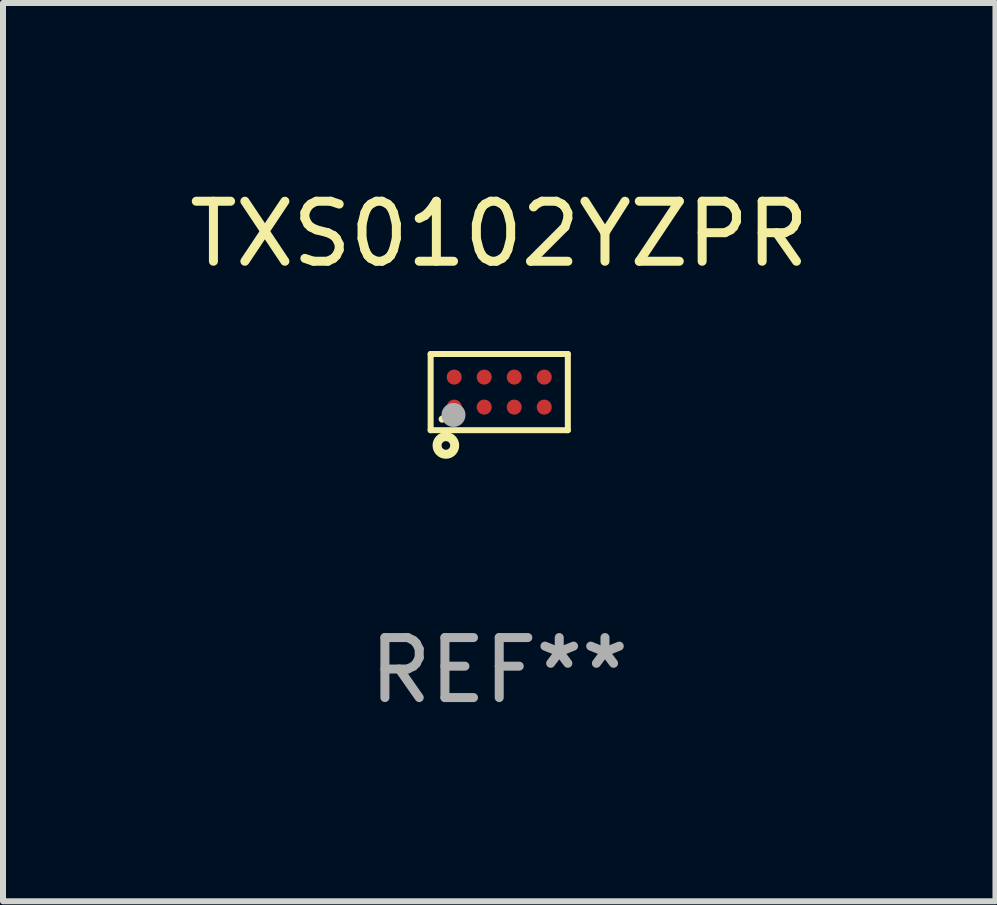
<source format=kicad_pcb>
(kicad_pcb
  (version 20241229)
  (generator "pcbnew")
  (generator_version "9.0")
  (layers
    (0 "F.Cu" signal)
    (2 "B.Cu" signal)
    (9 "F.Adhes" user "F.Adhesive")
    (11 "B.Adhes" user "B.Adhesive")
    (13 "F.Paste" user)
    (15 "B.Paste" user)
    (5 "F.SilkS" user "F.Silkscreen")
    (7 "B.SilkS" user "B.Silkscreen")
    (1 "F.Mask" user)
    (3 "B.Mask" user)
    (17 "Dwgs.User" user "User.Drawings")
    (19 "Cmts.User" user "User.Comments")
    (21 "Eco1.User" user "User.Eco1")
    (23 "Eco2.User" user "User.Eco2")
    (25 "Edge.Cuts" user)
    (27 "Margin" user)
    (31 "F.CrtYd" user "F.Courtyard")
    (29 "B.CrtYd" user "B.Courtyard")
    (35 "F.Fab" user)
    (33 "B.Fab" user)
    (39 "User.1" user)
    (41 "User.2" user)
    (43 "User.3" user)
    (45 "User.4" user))
  (footprint "TXS0102YZPR"
    (layer "F.Cu")
    (at 5.268 3.483)
    (property "Reference" "TXS0102YZPR" (at 0 -2.635 0) (layer "F.SilkS") (effects (font (size 1 1) (thickness 0.15))))
    (attr through_hole)
    (fp_line (start -1.143 -0.635) (end 1.143 -0.635) (stroke (width 0.1) (type solid)) (layer "F.SilkS"))
    (fp_line (start -1.143 0.635) (end -1.143 -0.635) (stroke (width 0.1) (type solid)) (layer "F.SilkS"))
    (fp_line (start 1.143 -0.635) (end 1.143 0.635) (stroke (width 0.1) (type solid)) (layer "F.SilkS"))
    (fp_line (start 1.143 0.635) (end -1.143 0.635) (stroke (width 0.1) (type solid)) (layer "F.SilkS"))
    (fp_circle (center -0.95 0.45) (end -0.92 0.45) (stroke (width 0.06) (type solid)) (fill no) (layer "F.SilkS"))
    (fp_circle (center -0.889 0.889) (end -0.817 0.889) (stroke (width 0.15) (type solid)) (fill no) (layer "F.SilkS"))
    (fp_circle (center -0.762 0.381) (end -0.662 0.381) (stroke (width 0.2) (type solid)) (fill no) (layer "F.Fab"))
    (fp_text user "REF**" (at 0 4.635 0) (layer "F.Fab") (effects (font (size 1 1) (thickness 0.15))))
    (pad "A1" smd circle (at -0.75 0.25) (size 0.25 0.25) (layers "F.Cu" "F.Mask" "F.Paste"))
    (pad "A2" smd circle (at -0.75 -0.25) (size 0.25 0.25) (layers "F.Cu" "F.Mask" "F.Paste"))
    (pad "B1" smd circle (at -0.25 0.25) (size 0.25 0.25) (layers "F.Cu" "F.Mask" "F.Paste"))
    (pad "B2" smd circle (at -0.25 -0.25) (size 0.25 0.25) (layers "F.Cu" "F.Mask" "F.Paste"))
    (pad "C1" smd circle (at 0.25 0.25) (size 0.25 0.25) (layers "F.Cu" "F.Mask" "F.Paste"))
    (pad "C2" smd circle (at 0.25 -0.25) (size 0.25 0.25) (layers "F.Cu" "F.Mask" "F.Paste"))
    (pad "D1" smd circle (at 0.75 0.25) (size 0.25 0.25) (layers "F.Cu" "F.Mask" "F.Paste"))
    (pad "D2" smd circle (at 0.75 -0.25) (size 0.25 0.25) (layers "F.Cu" "F.Mask" "F.Paste")))
  (gr_rect
    (start -3 -3)
    (end 13.536 11.967)
    (stroke (width 0.1) (type default))
    (fill no)
    (layer "Edge.Cuts")))
</source>
